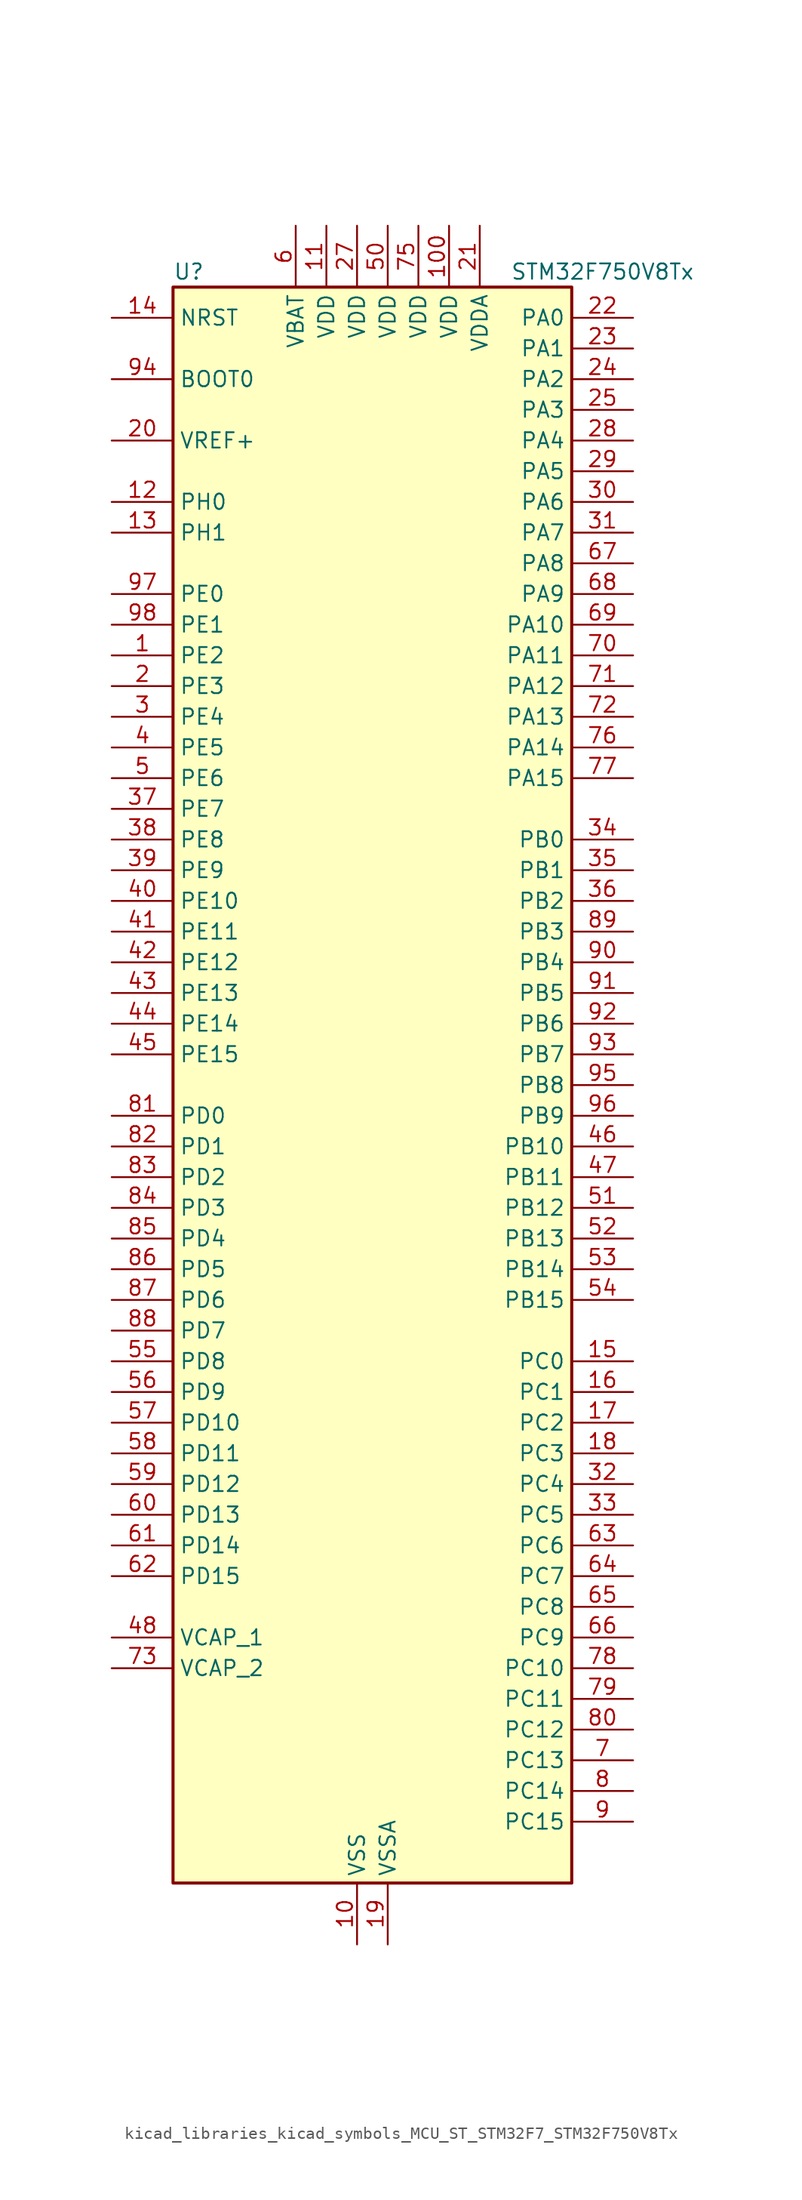
<source format=kicad_sym>
(kicad_symbol_lib
  (version 20220914)
  (generator kicad_symbol_editor)
  (symbol "kicad_libraries_kicad_symbols_MCU_ST_STM32F7_STM32F750V8Tx"
    (property "Reference" "U"
      (at -15.24 67.31 0)
      (effects (font (size 1.27 1.27)) (justify left)))
    (property "Value" "STM32F750V8Tx"
      (at 12.7 67.31 0)
      (effects (font (size 1.27 1.27)) (justify left)))
    (property "ki_locked" ""
      (at 0 0 0)
      (effects (font (size 1.27 1.27))))
    (symbol "kicad_libraries_kicad_symbols_MCU_ST_STM32F7_STM32F750V8Tx_0_1"
      (rectangle (start -15.24 -66.04) (end 17.78 66.04) (stroke (width 0.254) (type default)) (fill (type background))))
    (symbol "kicad_libraries_kicad_symbols_MCU_ST_STM32F7_STM32F750V8Tx_1_1"
      (pin bidirectional line (at -20.32 35.56 0) (length 5.08) (name "PE2" (effects (font (size 1.27 1.27)))) (number "1" (effects (font (size 1.27 1.27)))) (alternate "ETH_TXD3" bidirectional line) (alternate "FMC_A23" bidirectional line) (alternate "QUADSPI_BK1_IO2" bidirectional line) (alternate "SAI1_MCLK_A" bidirectional line) (alternate "SPI4_SCK" bidirectional line) (alternate "SYS_TRACECLK" bidirectional line))
      (pin power_in line (at 0 -71.12 90) (length 5.08) (name "VSS" (effects (font (size 1.27 1.27)))) (number "10" (effects (font (size 1.27 1.27)))))
      (pin power_in line (at 7.62 71.12 270) (length 5.08) (name "VDD" (effects (font (size 1.27 1.27)))) (number "100" (effects (font (size 1.27 1.27)))))
      (pin power_in line (at -2.54 71.12 270) (length 5.08) (name "VDD" (effects (font (size 1.27 1.27)))) (number "11" (effects (font (size 1.27 1.27)))))
      (pin bidirectional line (at -20.32 48.26 0) (length 5.08) (name "PH0" (effects (font (size 1.27 1.27)))) (number "12" (effects (font (size 1.27 1.27)))) (alternate "RCC_OSC_IN" bidirectional line))
      (pin bidirectional line (at -20.32 45.72 0) (length 5.08) (name "PH1" (effects (font (size 1.27 1.27)))) (number "13" (effects (font (size 1.27 1.27)))) (alternate "RCC_OSC_OUT" bidirectional line))
      (pin input line (at -20.32 63.5 0) (length 5.08) (name "NRST" (effects (font (size 1.27 1.27)))) (number "14" (effects (font (size 1.27 1.27)))))
      (pin bidirectional line (at 22.86 -22.86 180) (length 5.08) (name "PC0" (effects (font (size 1.27 1.27)))) (number "15" (effects (font (size 1.27 1.27)))) (alternate "ADC1_IN10" bidirectional line) (alternate "ADC2_IN10" bidirectional line) (alternate "ADC3_IN10" bidirectional line) (alternate "FMC_SDNWE" bidirectional line) (alternate "LTDC_R5" bidirectional line) (alternate "SAI2_FS_B" bidirectional line) (alternate "USB_OTG_HS_ULPI_STP" bidirectional line))
      (pin bidirectional line (at 22.86 -25.4 180) (length 5.08) (name "PC1" (effects (font (size 1.27 1.27)))) (number "16" (effects (font (size 1.27 1.27)))) (alternate "ADC1_IN11" bidirectional line) (alternate "ADC2_IN11" bidirectional line) (alternate "ADC3_IN11" bidirectional line) (alternate "ETH_MDC" bidirectional line) (alternate "I2S2_SD" bidirectional line) (alternate "RTC_TAMP3" bidirectional line) (alternate "RTC_TS" bidirectional line) (alternate "SAI1_SD_A" bidirectional line) (alternate "SPI2_MOSI" bidirectional line) (alternate "SYS_TRACED0" bidirectional line) (alternate "SYS_WKUP3" bidirectional line))
      (pin bidirectional line (at 22.86 -27.94 180) (length 5.08) (name "PC2" (effects (font (size 1.27 1.27)))) (number "17" (effects (font (size 1.27 1.27)))) (alternate "ADC1_IN12" bidirectional line) (alternate "ADC2_IN12" bidirectional line) (alternate "ADC3_IN12" bidirectional line) (alternate "ETH_TXD2" bidirectional line) (alternate "FMC_SDNE0" bidirectional line) (alternate "SPI2_MISO" bidirectional line) (alternate "USB_OTG_HS_ULPI_DIR" bidirectional line))
      (pin bidirectional line (at 22.86 -30.48 180) (length 5.08) (name "PC3" (effects (font (size 1.27 1.27)))) (number "18" (effects (font (size 1.27 1.27)))) (alternate "ADC1_IN13" bidirectional line) (alternate "ADC2_IN13" bidirectional line) (alternate "ADC3_IN13" bidirectional line) (alternate "ETH_TX_CLK" bidirectional line) (alternate "FMC_SDCKE0" bidirectional line) (alternate "I2S2_SD" bidirectional line) (alternate "SPI2_MOSI" bidirectional line) (alternate "USB_OTG_HS_ULPI_NXT" bidirectional line))
      (pin power_in line (at 2.54 -71.12 90) (length 5.08) (name "VSSA" (effects (font (size 1.27 1.27)))) (number "19" (effects (font (size 1.27 1.27)))))
      (pin bidirectional line (at -20.32 33.02 0) (length 5.08) (name "PE3" (effects (font (size 1.27 1.27)))) (number "2" (effects (font (size 1.27 1.27)))) (alternate "FMC_A19" bidirectional line) (alternate "SAI1_SD_B" bidirectional line) (alternate "SYS_TRACED0" bidirectional line))
      (pin input line (at -20.32 53.34 0) (length 5.08) (name "VREF+" (effects (font (size 1.27 1.27)))) (number "20" (effects (font (size 1.27 1.27)))))
      (pin power_in line (at 10.16 71.12 270) (length 5.08) (name "VDDA" (effects (font (size 1.27 1.27)))) (number "21" (effects (font (size 1.27 1.27)))))
      (pin bidirectional line (at 22.86 63.5 180) (length 5.08) (name "PA0" (effects (font (size 1.27 1.27)))) (number "22" (effects (font (size 1.27 1.27)))) (alternate "ADC1_IN0" bidirectional line) (alternate "ADC2_IN0" bidirectional line) (alternate "ADC3_IN0" bidirectional line) (alternate "ETH_CRS" bidirectional line) (alternate "SAI2_SD_B" bidirectional line) (alternate "SYS_WKUP1" bidirectional line) (alternate "TIM2_CH1" bidirectional line) (alternate "TIM2_ETR" bidirectional line) (alternate "TIM5_CH1" bidirectional line) (alternate "TIM8_ETR" bidirectional line) (alternate "UART4_TX" bidirectional line) (alternate "USART2_CTS" bidirectional line))
      (pin bidirectional line (at 22.86 60.96 180) (length 5.08) (name "PA1" (effects (font (size 1.27 1.27)))) (number "23" (effects (font (size 1.27 1.27)))) (alternate "ADC1_IN1" bidirectional line) (alternate "ADC2_IN1" bidirectional line) (alternate "ADC3_IN1" bidirectional line) (alternate "ETH_REF_CLK" bidirectional line) (alternate "ETH_RX_CLK" bidirectional line) (alternate "LTDC_R2" bidirectional line) (alternate "QUADSPI_BK1_IO3" bidirectional line) (alternate "SAI2_MCLK_B" bidirectional line) (alternate "TIM2_CH2" bidirectional line) (alternate "TIM5_CH2" bidirectional line) (alternate "UART4_RX" bidirectional line) (alternate "USART2_DE" bidirectional line) (alternate "USART2_RTS" bidirectional line))
      (pin bidirectional line (at 22.86 58.42 180) (length 5.08) (name "PA2" (effects (font (size 1.27 1.27)))) (number "24" (effects (font (size 1.27 1.27)))) (alternate "ADC1_IN2" bidirectional line) (alternate "ADC2_IN2" bidirectional line) (alternate "ADC3_IN2" bidirectional line) (alternate "ETH_MDIO" bidirectional line) (alternate "LTDC_R1" bidirectional line) (alternate "SAI2_SCK_B" bidirectional line) (alternate "SYS_WKUP2" bidirectional line) (alternate "TIM2_CH3" bidirectional line) (alternate "TIM5_CH3" bidirectional line) (alternate "TIM9_CH1" bidirectional line) (alternate "USART2_TX" bidirectional line))
      (pin bidirectional line (at 22.86 55.88 180) (length 5.08) (name "PA3" (effects (font (size 1.27 1.27)))) (number "25" (effects (font (size 1.27 1.27)))) (alternate "ADC1_IN3" bidirectional line) (alternate "ADC2_IN3" bidirectional line) (alternate "ADC3_IN3" bidirectional line) (alternate "ETH_COL" bidirectional line) (alternate "LTDC_B5" bidirectional line) (alternate "TIM2_CH4" bidirectional line) (alternate "TIM5_CH4" bidirectional line) (alternate "TIM9_CH2" bidirectional line) (alternate "USART2_RX" bidirectional line) (alternate "USB_OTG_HS_ULPI_D0" bidirectional line))
      (pin passive line (at 0 -71.12 90) (length 5.08) hide (name "VSS" (effects (font (size 1.27 1.27)))) (number "26" (effects (font (size 1.27 1.27)))))
      (pin power_in line (at 0 71.12 270) (length 5.08) (name "VDD" (effects (font (size 1.27 1.27)))) (number "27" (effects (font (size 1.27 1.27)))))
      (pin bidirectional line (at 22.86 53.34 180) (length 5.08) (name "PA4" (effects (font (size 1.27 1.27)))) (number "28" (effects (font (size 1.27 1.27)))) (alternate "ADC1_IN4" bidirectional line) (alternate "ADC2_IN4" bidirectional line) (alternate "DAC_OUT1" bidirectional line) (alternate "DCMI_HSYNC" bidirectional line) (alternate "I2S1_WS" bidirectional line) (alternate "I2S3_WS" bidirectional line) (alternate "LTDC_VSYNC" bidirectional line) (alternate "SPI1_NSS" bidirectional line) (alternate "SPI3_NSS" bidirectional line) (alternate "USART2_CK" bidirectional line) (alternate "USB_OTG_HS_SOF" bidirectional line))
      (pin bidirectional line (at 22.86 50.8 180) (length 5.08) (name "PA5" (effects (font (size 1.27 1.27)))) (number "29" (effects (font (size 1.27 1.27)))) (alternate "ADC1_IN5" bidirectional line) (alternate "ADC2_IN5" bidirectional line) (alternate "DAC_OUT2" bidirectional line) (alternate "I2S1_CK" bidirectional line) (alternate "LTDC_R4" bidirectional line) (alternate "SPI1_SCK" bidirectional line) (alternate "TIM2_CH1" bidirectional line) (alternate "TIM2_ETR" bidirectional line) (alternate "TIM8_CH1N" bidirectional line) (alternate "USB_OTG_HS_ULPI_CK" bidirectional line))
      (pin bidirectional line (at -20.32 30.48 0) (length 5.08) (name "PE4" (effects (font (size 1.27 1.27)))) (number "3" (effects (font (size 1.27 1.27)))) (alternate "DCMI_D4" bidirectional line) (alternate "FMC_A20" bidirectional line) (alternate "LTDC_B0" bidirectional line) (alternate "SAI1_FS_A" bidirectional line) (alternate "SPI4_NSS" bidirectional line) (alternate "SYS_TRACED1" bidirectional line))
      (pin bidirectional line (at 22.86 48.26 180) (length 5.08) (name "PA6" (effects (font (size 1.27 1.27)))) (number "30" (effects (font (size 1.27 1.27)))) (alternate "ADC1_IN6" bidirectional line) (alternate "ADC2_IN6" bidirectional line) (alternate "DCMI_PIXCLK" bidirectional line) (alternate "LTDC_G2" bidirectional line) (alternate "SPI1_MISO" bidirectional line) (alternate "TIM13_CH1" bidirectional line) (alternate "TIM1_BKIN" bidirectional line) (alternate "TIM3_CH1" bidirectional line) (alternate "TIM8_BKIN" bidirectional line))
      (pin bidirectional line (at 22.86 45.72 180) (length 5.08) (name "PA7" (effects (font (size 1.27 1.27)))) (number "31" (effects (font (size 1.27 1.27)))) (alternate "ADC1_IN7" bidirectional line) (alternate "ADC2_IN7" bidirectional line) (alternate "ETH_CRS_DV" bidirectional line) (alternate "ETH_RX_DV" bidirectional line) (alternate "FMC_SDNWE" bidirectional line) (alternate "I2S1_SD" bidirectional line) (alternate "SPI1_MOSI" bidirectional line) (alternate "TIM14_CH1" bidirectional line) (alternate "TIM1_CH1N" bidirectional line) (alternate "TIM3_CH2" bidirectional line) (alternate "TIM8_CH1N" bidirectional line))
      (pin bidirectional line (at 22.86 -33.02 180) (length 5.08) (name "PC4" (effects (font (size 1.27 1.27)))) (number "32" (effects (font (size 1.27 1.27)))) (alternate "ADC1_IN14" bidirectional line) (alternate "ADC2_IN14" bidirectional line) (alternate "ETH_RXD0" bidirectional line) (alternate "FMC_SDNE0" bidirectional line) (alternate "I2S1_MCK" bidirectional line) (alternate "SPDIFRX_IN2" bidirectional line))
      (pin bidirectional line (at 22.86 -35.56 180) (length 5.08) (name "PC5" (effects (font (size 1.27 1.27)))) (number "33" (effects (font (size 1.27 1.27)))) (alternate "ADC1_IN15" bidirectional line) (alternate "ADC2_IN15" bidirectional line) (alternate "ETH_RXD1" bidirectional line) (alternate "FMC_SDCKE0" bidirectional line) (alternate "SPDIFRX_IN3" bidirectional line))
      (pin bidirectional line (at 22.86 20.32 180) (length 5.08) (name "PB0" (effects (font (size 1.27 1.27)))) (number "34" (effects (font (size 1.27 1.27)))) (alternate "ADC1_IN8" bidirectional line) (alternate "ADC2_IN8" bidirectional line) (alternate "ETH_RXD2" bidirectional line) (alternate "LTDC_R3" bidirectional line) (alternate "TIM1_CH2N" bidirectional line) (alternate "TIM3_CH3" bidirectional line) (alternate "TIM8_CH2N" bidirectional line) (alternate "UART4_CTS" bidirectional line) (alternate "USB_OTG_HS_ULPI_D1" bidirectional line))
      (pin bidirectional line (at 22.86 17.78 180) (length 5.08) (name "PB1" (effects (font (size 1.27 1.27)))) (number "35" (effects (font (size 1.27 1.27)))) (alternate "ADC1_IN9" bidirectional line) (alternate "ADC2_IN9" bidirectional line) (alternate "ETH_RXD3" bidirectional line) (alternate "LTDC_R6" bidirectional line) (alternate "TIM1_CH3N" bidirectional line) (alternate "TIM3_CH4" bidirectional line) (alternate "TIM8_CH3N" bidirectional line) (alternate "USB_OTG_HS_ULPI_D2" bidirectional line))
      (pin bidirectional line (at 22.86 15.24 180) (length 5.08) (name "PB2" (effects (font (size 1.27 1.27)))) (number "36" (effects (font (size 1.27 1.27)))) (alternate "I2S3_SD" bidirectional line) (alternate "QUADSPI_CLK" bidirectional line) (alternate "SAI1_SD_A" bidirectional line) (alternate "SPI3_MOSI" bidirectional line))
      (pin bidirectional line (at -20.32 22.86 0) (length 5.08) (name "PE7" (effects (font (size 1.27 1.27)))) (number "37" (effects (font (size 1.27 1.27)))) (alternate "FMC_D4" bidirectional line) (alternate "FMC_DA4" bidirectional line) (alternate "QUADSPI_BK2_IO0" bidirectional line) (alternate "TIM1_ETR" bidirectional line) (alternate "UART7_RX" bidirectional line))
      (pin bidirectional line (at -20.32 20.32 0) (length 5.08) (name "PE8" (effects (font (size 1.27 1.27)))) (number "38" (effects (font (size 1.27 1.27)))) (alternate "FMC_D5" bidirectional line) (alternate "FMC_DA5" bidirectional line) (alternate "QUADSPI_BK2_IO1" bidirectional line) (alternate "TIM1_CH1N" bidirectional line) (alternate "UART7_TX" bidirectional line))
      (pin bidirectional line (at -20.32 17.78 0) (length 5.08) (name "PE9" (effects (font (size 1.27 1.27)))) (number "39" (effects (font (size 1.27 1.27)))) (alternate "DAC_EXTI9" bidirectional line) (alternate "FMC_D6" bidirectional line) (alternate "FMC_DA6" bidirectional line) (alternate "QUADSPI_BK2_IO2" bidirectional line) (alternate "TIM1_CH1" bidirectional line) (alternate "UART7_DE" bidirectional line) (alternate "UART7_RTS" bidirectional line))
      (pin bidirectional line (at -20.32 27.94 0) (length 5.08) (name "PE5" (effects (font (size 1.27 1.27)))) (number "4" (effects (font (size 1.27 1.27)))) (alternate "DCMI_D6" bidirectional line) (alternate "FMC_A21" bidirectional line) (alternate "LTDC_G0" bidirectional line) (alternate "SAI1_SCK_A" bidirectional line) (alternate "SPI4_MISO" bidirectional line) (alternate "SYS_TRACED2" bidirectional line) (alternate "TIM9_CH1" bidirectional line))
      (pin bidirectional line (at -20.32 15.24 0) (length 5.08) (name "PE10" (effects (font (size 1.27 1.27)))) (number "40" (effects (font (size 1.27 1.27)))) (alternate "FMC_D7" bidirectional line) (alternate "FMC_DA7" bidirectional line) (alternate "QUADSPI_BK2_IO3" bidirectional line) (alternate "TIM1_CH2N" bidirectional line) (alternate "UART7_CTS" bidirectional line))
      (pin bidirectional line (at -20.32 12.7 0) (length 5.08) (name "PE11" (effects (font (size 1.27 1.27)))) (number "41" (effects (font (size 1.27 1.27)))) (alternate "ADC1_EXTI11" bidirectional line) (alternate "ADC2_EXTI11" bidirectional line) (alternate "ADC3_EXTI11" bidirectional line) (alternate "FMC_D8" bidirectional line) (alternate "FMC_DA8" bidirectional line) (alternate "LTDC_G3" bidirectional line) (alternate "SAI2_SD_B" bidirectional line) (alternate "SPI4_NSS" bidirectional line) (alternate "TIM1_CH2" bidirectional line))
      (pin bidirectional line (at -20.32 10.16 0) (length 5.08) (name "PE12" (effects (font (size 1.27 1.27)))) (number "42" (effects (font (size 1.27 1.27)))) (alternate "FMC_D9" bidirectional line) (alternate "FMC_DA9" bidirectional line) (alternate "LTDC_B4" bidirectional line) (alternate "SAI2_SCK_B" bidirectional line) (alternate "SPI4_SCK" bidirectional line) (alternate "TIM1_CH3N" bidirectional line))
      (pin bidirectional line (at -20.32 7.62 0) (length 5.08) (name "PE13" (effects (font (size 1.27 1.27)))) (number "43" (effects (font (size 1.27 1.27)))) (alternate "FMC_D10" bidirectional line) (alternate "FMC_DA10" bidirectional line) (alternate "LTDC_DE" bidirectional line) (alternate "SAI2_FS_B" bidirectional line) (alternate "SPI4_MISO" bidirectional line) (alternate "TIM1_CH3" bidirectional line))
      (pin bidirectional line (at -20.32 5.08 0) (length 5.08) (name "PE14" (effects (font (size 1.27 1.27)))) (number "44" (effects (font (size 1.27 1.27)))) (alternate "FMC_D11" bidirectional line) (alternate "FMC_DA11" bidirectional line) (alternate "LTDC_CLK" bidirectional line) (alternate "SAI2_MCLK_B" bidirectional line) (alternate "SPI4_MOSI" bidirectional line) (alternate "TIM1_CH4" bidirectional line))
      (pin bidirectional line (at -20.32 2.54 0) (length 5.08) (name "PE15" (effects (font (size 1.27 1.27)))) (number "45" (effects (font (size 1.27 1.27)))) (alternate "FMC_D12" bidirectional line) (alternate "FMC_DA12" bidirectional line) (alternate "LTDC_R7" bidirectional line) (alternate "TIM1_BKIN" bidirectional line))
      (pin bidirectional line (at 22.86 -5.08 180) (length 5.08) (name "PB10" (effects (font (size 1.27 1.27)))) (number "46" (effects (font (size 1.27 1.27)))) (alternate "ETH_RX_ER" bidirectional line) (alternate "I2C2_SCL" bidirectional line) (alternate "I2S2_CK" bidirectional line) (alternate "LTDC_G4" bidirectional line) (alternate "SPI2_SCK" bidirectional line) (alternate "TIM2_CH3" bidirectional line) (alternate "USART3_TX" bidirectional line) (alternate "USB_OTG_HS_ULPI_D3" bidirectional line))
      (pin bidirectional line (at 22.86 -7.62 180) (length 5.08) (name "PB11" (effects (font (size 1.27 1.27)))) (number "47" (effects (font (size 1.27 1.27)))) (alternate "ADC1_EXTI11" bidirectional line) (alternate "ADC2_EXTI11" bidirectional line) (alternate "ADC3_EXTI11" bidirectional line) (alternate "ETH_TX_EN" bidirectional line) (alternate "I2C2_SDA" bidirectional line) (alternate "LTDC_G5" bidirectional line) (alternate "TIM2_CH4" bidirectional line) (alternate "USART3_RX" bidirectional line) (alternate "USB_OTG_HS_ULPI_D4" bidirectional line))
      (pin power_out line (at -20.32 -45.72 0) (length 5.08) (name "VCAP_1" (effects (font (size 1.27 1.27)))) (number "48" (effects (font (size 1.27 1.27)))))
      (pin passive line (at 0 -71.12 90) (length 5.08) hide (name "VSS" (effects (font (size 1.27 1.27)))) (number "49" (effects (font (size 1.27 1.27)))))
      (pin bidirectional line (at -20.32 25.4 0) (length 5.08) (name "PE6" (effects (font (size 1.27 1.27)))) (number "5" (effects (font (size 1.27 1.27)))) (alternate "DCMI_D7" bidirectional line) (alternate "FMC_A22" bidirectional line) (alternate "LTDC_G1" bidirectional line) (alternate "SAI1_SD_A" bidirectional line) (alternate "SAI2_MCLK_B" bidirectional line) (alternate "SPI4_MOSI" bidirectional line) (alternate "SYS_TRACED3" bidirectional line) (alternate "TIM1_BKIN2" bidirectional line) (alternate "TIM9_CH2" bidirectional line))
      (pin power_in line (at 2.54 71.12 270) (length 5.08) (name "VDD" (effects (font (size 1.27 1.27)))) (number "50" (effects (font (size 1.27 1.27)))))
      (pin bidirectional line (at 22.86 -10.16 180) (length 5.08) (name "PB12" (effects (font (size 1.27 1.27)))) (number "51" (effects (font (size 1.27 1.27)))) (alternate "CAN2_RX" bidirectional line) (alternate "ETH_TXD0" bidirectional line) (alternate "I2C2_SMBA" bidirectional line) (alternate "I2S2_WS" bidirectional line) (alternate "SPI2_NSS" bidirectional line) (alternate "TIM1_BKIN" bidirectional line) (alternate "USART3_CK" bidirectional line) (alternate "USB_OTG_HS_ID" bidirectional line) (alternate "USB_OTG_HS_ULPI_D5" bidirectional line))
      (pin bidirectional line (at 22.86 -12.7 180) (length 5.08) (name "PB13" (effects (font (size 1.27 1.27)))) (number "52" (effects (font (size 1.27 1.27)))) (alternate "CAN2_TX" bidirectional line) (alternate "ETH_TXD1" bidirectional line) (alternate "I2S2_CK" bidirectional line) (alternate "SPI2_SCK" bidirectional line) (alternate "TIM1_CH1N" bidirectional line) (alternate "USART3_CTS" bidirectional line) (alternate "USB_OTG_HS_ULPI_D6" bidirectional line) (alternate "USB_OTG_HS_VBUS" bidirectional line))
      (pin bidirectional line (at 22.86 -15.24 180) (length 5.08) (name "PB14" (effects (font (size 1.27 1.27)))) (number "53" (effects (font (size 1.27 1.27)))) (alternate "SPI2_MISO" bidirectional line) (alternate "TIM12_CH1" bidirectional line) (alternate "TIM1_CH2N" bidirectional line) (alternate "TIM8_CH2N" bidirectional line) (alternate "USART3_DE" bidirectional line) (alternate "USART3_RTS" bidirectional line) (alternate "USB_OTG_HS_DM" bidirectional line))
      (pin bidirectional line (at 22.86 -17.78 180) (length 5.08) (name "PB15" (effects (font (size 1.27 1.27)))) (number "54" (effects (font (size 1.27 1.27)))) (alternate "I2S2_SD" bidirectional line) (alternate "RTC_REFIN" bidirectional line) (alternate "SPI2_MOSI" bidirectional line) (alternate "TIM12_CH2" bidirectional line) (alternate "TIM1_CH3N" bidirectional line) (alternate "TIM8_CH3N" bidirectional line) (alternate "USB_OTG_HS_DP" bidirectional line))
      (pin bidirectional line (at -20.32 -22.86 0) (length 5.08) (name "PD8" (effects (font (size 1.27 1.27)))) (number "55" (effects (font (size 1.27 1.27)))) (alternate "FMC_D13" bidirectional line) (alternate "FMC_DA13" bidirectional line) (alternate "SPDIFRX_IN1" bidirectional line) (alternate "USART3_TX" bidirectional line))
      (pin bidirectional line (at -20.32 -25.4 0) (length 5.08) (name "PD9" (effects (font (size 1.27 1.27)))) (number "56" (effects (font (size 1.27 1.27)))) (alternate "DAC_EXTI9" bidirectional line) (alternate "FMC_D14" bidirectional line) (alternate "FMC_DA14" bidirectional line) (alternate "USART3_RX" bidirectional line))
      (pin bidirectional line (at -20.32 -27.94 0) (length 5.08) (name "PD10" (effects (font (size 1.27 1.27)))) (number "57" (effects (font (size 1.27 1.27)))) (alternate "FMC_D15" bidirectional line) (alternate "FMC_DA15" bidirectional line) (alternate "LTDC_B3" bidirectional line) (alternate "USART3_CK" bidirectional line))
      (pin bidirectional line (at -20.32 -30.48 0) (length 5.08) (name "PD11" (effects (font (size 1.27 1.27)))) (number "58" (effects (font (size 1.27 1.27)))) (alternate "ADC1_EXTI11" bidirectional line) (alternate "ADC2_EXTI11" bidirectional line) (alternate "ADC3_EXTI11" bidirectional line) (alternate "FMC_A16" bidirectional line) (alternate "FMC_CLE" bidirectional line) (alternate "I2C4_SMBA" bidirectional line) (alternate "QUADSPI_BK1_IO0" bidirectional line) (alternate "SAI2_SD_A" bidirectional line) (alternate "USART3_CTS" bidirectional line))
      (pin bidirectional line (at -20.32 -33.02 0) (length 5.08) (name "PD12" (effects (font (size 1.27 1.27)))) (number "59" (effects (font (size 1.27 1.27)))) (alternate "FMC_A17" bidirectional line) (alternate "FMC_ALE" bidirectional line) (alternate "I2C4_SCL" bidirectional line) (alternate "LPTIM1_IN1" bidirectional line) (alternate "QUADSPI_BK1_IO1" bidirectional line) (alternate "SAI2_FS_A" bidirectional line) (alternate "TIM4_CH1" bidirectional line) (alternate "USART3_DE" bidirectional line) (alternate "USART3_RTS" bidirectional line))
      (pin power_in line (at -5.08 71.12 270) (length 5.08) (name "VBAT" (effects (font (size 1.27 1.27)))) (number "6" (effects (font (size 1.27 1.27)))))
      (pin bidirectional line (at -20.32 -35.56 0) (length 5.08) (name "PD13" (effects (font (size 1.27 1.27)))) (number "60" (effects (font (size 1.27 1.27)))) (alternate "FMC_A18" bidirectional line) (alternate "I2C4_SDA" bidirectional line) (alternate "LPTIM1_OUT" bidirectional line) (alternate "QUADSPI_BK1_IO3" bidirectional line) (alternate "SAI2_SCK_A" bidirectional line) (alternate "TIM4_CH2" bidirectional line))
      (pin bidirectional line (at -20.32 -38.1 0) (length 5.08) (name "PD14" (effects (font (size 1.27 1.27)))) (number "61" (effects (font (size 1.27 1.27)))) (alternate "FMC_D0" bidirectional line) (alternate "FMC_DA0" bidirectional line) (alternate "TIM4_CH3" bidirectional line) (alternate "UART8_CTS" bidirectional line))
      (pin bidirectional line (at -20.32 -40.64 0) (length 5.08) (name "PD15" (effects (font (size 1.27 1.27)))) (number "62" (effects (font (size 1.27 1.27)))) (alternate "FMC_D1" bidirectional line) (alternate "FMC_DA1" bidirectional line) (alternate "TIM4_CH4" bidirectional line) (alternate "UART8_DE" bidirectional line) (alternate "UART8_RTS" bidirectional line))
      (pin bidirectional line (at 22.86 -38.1 180) (length 5.08) (name "PC6" (effects (font (size 1.27 1.27)))) (number "63" (effects (font (size 1.27 1.27)))) (alternate "DCMI_D0" bidirectional line) (alternate "I2S2_MCK" bidirectional line) (alternate "LTDC_HSYNC" bidirectional line) (alternate "SDMMC1_D6" bidirectional line) (alternate "TIM3_CH1" bidirectional line) (alternate "TIM8_CH1" bidirectional line) (alternate "USART6_TX" bidirectional line))
      (pin bidirectional line (at 22.86 -40.64 180) (length 5.08) (name "PC7" (effects (font (size 1.27 1.27)))) (number "64" (effects (font (size 1.27 1.27)))) (alternate "DCMI_D1" bidirectional line) (alternate "I2S3_MCK" bidirectional line) (alternate "LTDC_G6" bidirectional line) (alternate "SDMMC1_D7" bidirectional line) (alternate "TIM3_CH2" bidirectional line) (alternate "TIM8_CH2" bidirectional line) (alternate "USART6_RX" bidirectional line))
      (pin bidirectional line (at 22.86 -43.18 180) (length 5.08) (name "PC8" (effects (font (size 1.27 1.27)))) (number "65" (effects (font (size 1.27 1.27)))) (alternate "DCMI_D2" bidirectional line) (alternate "SDMMC1_D0" bidirectional line) (alternate "SYS_TRACED1" bidirectional line) (alternate "TIM3_CH3" bidirectional line) (alternate "TIM8_CH3" bidirectional line) (alternate "UART5_DE" bidirectional line) (alternate "UART5_RTS" bidirectional line) (alternate "USART6_CK" bidirectional line))
      (pin bidirectional line (at 22.86 -45.72 180) (length 5.08) (name "PC9" (effects (font (size 1.27 1.27)))) (number "66" (effects (font (size 1.27 1.27)))) (alternate "DAC_EXTI9" bidirectional line) (alternate "DCMI_D3" bidirectional line) (alternate "I2C3_SDA" bidirectional line) (alternate "I2S_CKIN" bidirectional line) (alternate "QUADSPI_BK1_IO0" bidirectional line) (alternate "RCC_MCO_2" bidirectional line) (alternate "SDMMC1_D1" bidirectional line) (alternate "TIM3_CH4" bidirectional line) (alternate "TIM8_CH4" bidirectional line) (alternate "UART5_CTS" bidirectional line))
      (pin bidirectional line (at 22.86 43.18 180) (length 5.08) (name "PA8" (effects (font (size 1.27 1.27)))) (number "67" (effects (font (size 1.27 1.27)))) (alternate "I2C3_SCL" bidirectional line) (alternate "LTDC_R6" bidirectional line) (alternate "RCC_MCO_1" bidirectional line) (alternate "TIM1_CH1" bidirectional line) (alternate "TIM8_BKIN2" bidirectional line) (alternate "USART1_CK" bidirectional line) (alternate "USB_OTG_FS_SOF" bidirectional line))
      (pin bidirectional line (at 22.86 40.64 180) (length 5.08) (name "PA9" (effects (font (size 1.27 1.27)))) (number "68" (effects (font (size 1.27 1.27)))) (alternate "DAC_EXTI9" bidirectional line) (alternate "DCMI_D0" bidirectional line) (alternate "I2C3_SMBA" bidirectional line) (alternate "I2S2_CK" bidirectional line) (alternate "SPI2_SCK" bidirectional line) (alternate "TIM1_CH2" bidirectional line) (alternate "USART1_TX" bidirectional line) (alternate "USB_OTG_FS_VBUS" bidirectional line))
      (pin bidirectional line (at 22.86 38.1 180) (length 5.08) (name "PA10" (effects (font (size 1.27 1.27)))) (number "69" (effects (font (size 1.27 1.27)))) (alternate "DCMI_D1" bidirectional line) (alternate "TIM1_CH3" bidirectional line) (alternate "USART1_RX" bidirectional line) (alternate "USB_OTG_FS_ID" bidirectional line))
      (pin bidirectional line (at 22.86 -55.88 180) (length 5.08) (name "PC13" (effects (font (size 1.27 1.27)))) (number "7" (effects (font (size 1.27 1.27)))) (alternate "RTC_OUT" bidirectional line) (alternate "RTC_TAMP1" bidirectional line) (alternate "RTC_TS" bidirectional line) (alternate "SYS_WKUP4" bidirectional line))
      (pin bidirectional line (at 22.86 35.56 180) (length 5.08) (name "PA11" (effects (font (size 1.27 1.27)))) (number "70" (effects (font (size 1.27 1.27)))) (alternate "ADC1_EXTI11" bidirectional line) (alternate "ADC2_EXTI11" bidirectional line) (alternate "ADC3_EXTI11" bidirectional line) (alternate "CAN1_RX" bidirectional line) (alternate "LTDC_R4" bidirectional line) (alternate "TIM1_CH4" bidirectional line) (alternate "USART1_CTS" bidirectional line) (alternate "USB_OTG_FS_DM" bidirectional line))
      (pin bidirectional line (at 22.86 33.02 180) (length 5.08) (name "PA12" (effects (font (size 1.27 1.27)))) (number "71" (effects (font (size 1.27 1.27)))) (alternate "CAN1_TX" bidirectional line) (alternate "LTDC_R5" bidirectional line) (alternate "SAI2_FS_B" bidirectional line) (alternate "TIM1_ETR" bidirectional line) (alternate "USART1_DE" bidirectional line) (alternate "USART1_RTS" bidirectional line) (alternate "USB_OTG_FS_DP" bidirectional line))
      (pin bidirectional line (at 22.86 30.48 180) (length 5.08) (name "PA13" (effects (font (size 1.27 1.27)))) (number "72" (effects (font (size 1.27 1.27)))) (alternate "SYS_JTMS-SWDIO" bidirectional line))
      (pin power_out line (at -20.32 -48.26 0) (length 5.08) (name "VCAP_2" (effects (font (size 1.27 1.27)))) (number "73" (effects (font (size 1.27 1.27)))))
      (pin passive line (at 0 -71.12 90) (length 5.08) hide (name "VSS" (effects (font (size 1.27 1.27)))) (number "74" (effects (font (size 1.27 1.27)))))
      (pin power_in line (at 5.08 71.12 270) (length 5.08) (name "VDD" (effects (font (size 1.27 1.27)))) (number "75" (effects (font (size 1.27 1.27)))))
      (pin bidirectional line (at 22.86 27.94 180) (length 5.08) (name "PA14" (effects (font (size 1.27 1.27)))) (number "76" (effects (font (size 1.27 1.27)))) (alternate "SYS_JTCK-SWCLK" bidirectional line))
      (pin bidirectional line (at 22.86 25.4 180) (length 5.08) (name "PA15" (effects (font (size 1.27 1.27)))) (number "77" (effects (font (size 1.27 1.27)))) (alternate "CEC" bidirectional line) (alternate "I2S1_WS" bidirectional line) (alternate "I2S3_WS" bidirectional line) (alternate "SPI1_NSS" bidirectional line) (alternate "SPI3_NSS" bidirectional line) (alternate "SYS_JTDI" bidirectional line) (alternate "TIM2_CH1" bidirectional line) (alternate "TIM2_ETR" bidirectional line) (alternate "UART4_DE" bidirectional line) (alternate "UART4_RTS" bidirectional line))
      (pin bidirectional line (at 22.86 -48.26 180) (length 5.08) (name "PC10" (effects (font (size 1.27 1.27)))) (number "78" (effects (font (size 1.27 1.27)))) (alternate "DCMI_D8" bidirectional line) (alternate "I2S3_CK" bidirectional line) (alternate "LTDC_R2" bidirectional line) (alternate "QUADSPI_BK1_IO1" bidirectional line) (alternate "SDMMC1_D2" bidirectional line) (alternate "SPI3_SCK" bidirectional line) (alternate "UART4_TX" bidirectional line) (alternate "USART3_TX" bidirectional line))
      (pin bidirectional line (at 22.86 -50.8 180) (length 5.08) (name "PC11" (effects (font (size 1.27 1.27)))) (number "79" (effects (font (size 1.27 1.27)))) (alternate "ADC1_EXTI11" bidirectional line) (alternate "ADC2_EXTI11" bidirectional line) (alternate "ADC3_EXTI11" bidirectional line) (alternate "DCMI_D4" bidirectional line) (alternate "QUADSPI_BK2_NCS" bidirectional line) (alternate "SDMMC1_D3" bidirectional line) (alternate "SPI3_MISO" bidirectional line) (alternate "UART4_RX" bidirectional line) (alternate "USART3_RX" bidirectional line))
      (pin bidirectional line (at 22.86 -58.42 180) (length 5.08) (name "PC14" (effects (font (size 1.27 1.27)))) (number "8" (effects (font (size 1.27 1.27)))) (alternate "RCC_OSC32_IN" bidirectional line))
      (pin bidirectional line (at 22.86 -53.34 180) (length 5.08) (name "PC12" (effects (font (size 1.27 1.27)))) (number "80" (effects (font (size 1.27 1.27)))) (alternate "DCMI_D9" bidirectional line) (alternate "I2S3_SD" bidirectional line) (alternate "SDMMC1_CK" bidirectional line) (alternate "SPI3_MOSI" bidirectional line) (alternate "SYS_TRACED3" bidirectional line) (alternate "UART5_TX" bidirectional line) (alternate "USART3_CK" bidirectional line))
      (pin bidirectional line (at -20.32 -2.54 0) (length 5.08) (name "PD0" (effects (font (size 1.27 1.27)))) (number "81" (effects (font (size 1.27 1.27)))) (alternate "CAN1_RX" bidirectional line) (alternate "FMC_D2" bidirectional line) (alternate "FMC_DA2" bidirectional line))
      (pin bidirectional line (at -20.32 -5.08 0) (length 5.08) (name "PD1" (effects (font (size 1.27 1.27)))) (number "82" (effects (font (size 1.27 1.27)))) (alternate "CAN1_TX" bidirectional line) (alternate "FMC_D3" bidirectional line) (alternate "FMC_DA3" bidirectional line))
      (pin bidirectional line (at -20.32 -7.62 0) (length 5.08) (name "PD2" (effects (font (size 1.27 1.27)))) (number "83" (effects (font (size 1.27 1.27)))) (alternate "DCMI_D11" bidirectional line) (alternate "SDMMC1_CMD" bidirectional line) (alternate "SYS_TRACED2" bidirectional line) (alternate "TIM3_ETR" bidirectional line) (alternate "UART5_RX" bidirectional line))
      (pin bidirectional line (at -20.32 -10.16 0) (length 5.08) (name "PD3" (effects (font (size 1.27 1.27)))) (number "84" (effects (font (size 1.27 1.27)))) (alternate "DCMI_D5" bidirectional line) (alternate "FMC_CLK" bidirectional line) (alternate "I2S2_CK" bidirectional line) (alternate "LTDC_G7" bidirectional line) (alternate "SPI2_SCK" bidirectional line) (alternate "USART2_CTS" bidirectional line))
      (pin bidirectional line (at -20.32 -12.7 0) (length 5.08) (name "PD4" (effects (font (size 1.27 1.27)))) (number "85" (effects (font (size 1.27 1.27)))) (alternate "FMC_NOE" bidirectional line) (alternate "USART2_DE" bidirectional line) (alternate "USART2_RTS" bidirectional line))
      (pin bidirectional line (at -20.32 -15.24 0) (length 5.08) (name "PD5" (effects (font (size 1.27 1.27)))) (number "86" (effects (font (size 1.27 1.27)))) (alternate "FMC_NWE" bidirectional line) (alternate "USART2_TX" bidirectional line))
      (pin bidirectional line (at -20.32 -17.78 0) (length 5.08) (name "PD6" (effects (font (size 1.27 1.27)))) (number "87" (effects (font (size 1.27 1.27)))) (alternate "DCMI_D10" bidirectional line) (alternate "FMC_NWAIT" bidirectional line) (alternate "I2S3_SD" bidirectional line) (alternate "LTDC_B2" bidirectional line) (alternate "SAI1_SD_A" bidirectional line) (alternate "SPI3_MOSI" bidirectional line) (alternate "USART2_RX" bidirectional line))
      (pin bidirectional line (at -20.32 -20.32 0) (length 5.08) (name "PD7" (effects (font (size 1.27 1.27)))) (number "88" (effects (font (size 1.27 1.27)))) (alternate "FMC_NE1" bidirectional line) (alternate "SPDIFRX_IN0" bidirectional line) (alternate "USART2_CK" bidirectional line))
      (pin bidirectional line (at 22.86 12.7 180) (length 5.08) (name "PB3" (effects (font (size 1.27 1.27)))) (number "89" (effects (font (size 1.27 1.27)))) (alternate "I2S1_CK" bidirectional line) (alternate "I2S3_CK" bidirectional line) (alternate "SPI1_SCK" bidirectional line) (alternate "SPI3_SCK" bidirectional line) (alternate "SYS_JTDO-SWO" bidirectional line) (alternate "TIM2_CH2" bidirectional line))
      (pin bidirectional line (at 22.86 -60.96 180) (length 5.08) (name "PC15" (effects (font (size 1.27 1.27)))) (number "9" (effects (font (size 1.27 1.27)))) (alternate "RCC_OSC32_OUT" bidirectional line))
      (pin bidirectional line (at 22.86 10.16 180) (length 5.08) (name "PB4" (effects (font (size 1.27 1.27)))) (number "90" (effects (font (size 1.27 1.27)))) (alternate "I2S2_WS" bidirectional line) (alternate "SPI1_MISO" bidirectional line) (alternate "SPI2_NSS" bidirectional line) (alternate "SPI3_MISO" bidirectional line) (alternate "SYS_JTRST" bidirectional line) (alternate "TIM3_CH1" bidirectional line))
      (pin bidirectional line (at 22.86 7.62 180) (length 5.08) (name "PB5" (effects (font (size 1.27 1.27)))) (number "91" (effects (font (size 1.27 1.27)))) (alternate "CAN2_RX" bidirectional line) (alternate "DCMI_D10" bidirectional line) (alternate "ETH_PPS_OUT" bidirectional line) (alternate "FMC_SDCKE1" bidirectional line) (alternate "I2C1_SMBA" bidirectional line) (alternate "I2S1_SD" bidirectional line) (alternate "I2S3_SD" bidirectional line) (alternate "SPI1_MOSI" bidirectional line) (alternate "SPI3_MOSI" bidirectional line) (alternate "TIM3_CH2" bidirectional line) (alternate "USB_OTG_HS_ULPI_D7" bidirectional line))
      (pin bidirectional line (at 22.86 5.08 180) (length 5.08) (name "PB6" (effects (font (size 1.27 1.27)))) (number "92" (effects (font (size 1.27 1.27)))) (alternate "CAN2_TX" bidirectional line) (alternate "CEC" bidirectional line) (alternate "DCMI_D5" bidirectional line) (alternate "FMC_SDNE1" bidirectional line) (alternate "I2C1_SCL" bidirectional line) (alternate "QUADSPI_BK1_NCS" bidirectional line) (alternate "TIM4_CH1" bidirectional line) (alternate "USART1_TX" bidirectional line))
      (pin bidirectional line (at 22.86 2.54 180) (length 5.08) (name "PB7" (effects (font (size 1.27 1.27)))) (number "93" (effects (font (size 1.27 1.27)))) (alternate "DCMI_VSYNC" bidirectional line) (alternate "FMC_NL" bidirectional line) (alternate "I2C1_SDA" bidirectional line) (alternate "TIM4_CH2" bidirectional line) (alternate "USART1_RX" bidirectional line))
      (pin input line (at -20.32 58.42 0) (length 5.08) (name "BOOT0" (effects (font (size 1.27 1.27)))) (number "94" (effects (font (size 1.27 1.27)))))
      (pin bidirectional line (at 22.86 0 180) (length 5.08) (name "PB8" (effects (font (size 1.27 1.27)))) (number "95" (effects (font (size 1.27 1.27)))) (alternate "CAN1_RX" bidirectional line) (alternate "DCMI_D6" bidirectional line) (alternate "ETH_TXD3" bidirectional line) (alternate "I2C1_SCL" bidirectional line) (alternate "LTDC_B6" bidirectional line) (alternate "SDMMC1_D4" bidirectional line) (alternate "TIM10_CH1" bidirectional line) (alternate "TIM4_CH3" bidirectional line))
      (pin bidirectional line (at 22.86 -2.54 180) (length 5.08) (name "PB9" (effects (font (size 1.27 1.27)))) (number "96" (effects (font (size 1.27 1.27)))) (alternate "CAN1_TX" bidirectional line) (alternate "DAC_EXTI9" bidirectional line) (alternate "DCMI_D7" bidirectional line) (alternate "I2C1_SDA" bidirectional line) (alternate "I2S2_WS" bidirectional line) (alternate "LTDC_B7" bidirectional line) (alternate "SDMMC1_D5" bidirectional line) (alternate "SPI2_NSS" bidirectional line) (alternate "TIM11_CH1" bidirectional line) (alternate "TIM4_CH4" bidirectional line))
      (pin bidirectional line (at -20.32 40.64 0) (length 5.08) (name "PE0" (effects (font (size 1.27 1.27)))) (number "97" (effects (font (size 1.27 1.27)))) (alternate "DCMI_D2" bidirectional line) (alternate "FMC_NBL0" bidirectional line) (alternate "LPTIM1_ETR" bidirectional line) (alternate "SAI2_MCLK_A" bidirectional line) (alternate "TIM4_ETR" bidirectional line) (alternate "UART8_RX" bidirectional line))
      (pin bidirectional line (at -20.32 38.1 0) (length 5.08) (name "PE1" (effects (font (size 1.27 1.27)))) (number "98" (effects (font (size 1.27 1.27)))) (alternate "DCMI_D3" bidirectional line) (alternate "FMC_NBL1" bidirectional line) (alternate "LPTIM1_IN2" bidirectional line) (alternate "UART8_TX" bidirectional line))
      (pin passive line (at 0 -71.12 90) (length 5.08) hide (name "VSS" (effects (font (size 1.27 1.27)))) (number "99" (effects (font (size 1.27 1.27))))))))
</source>
